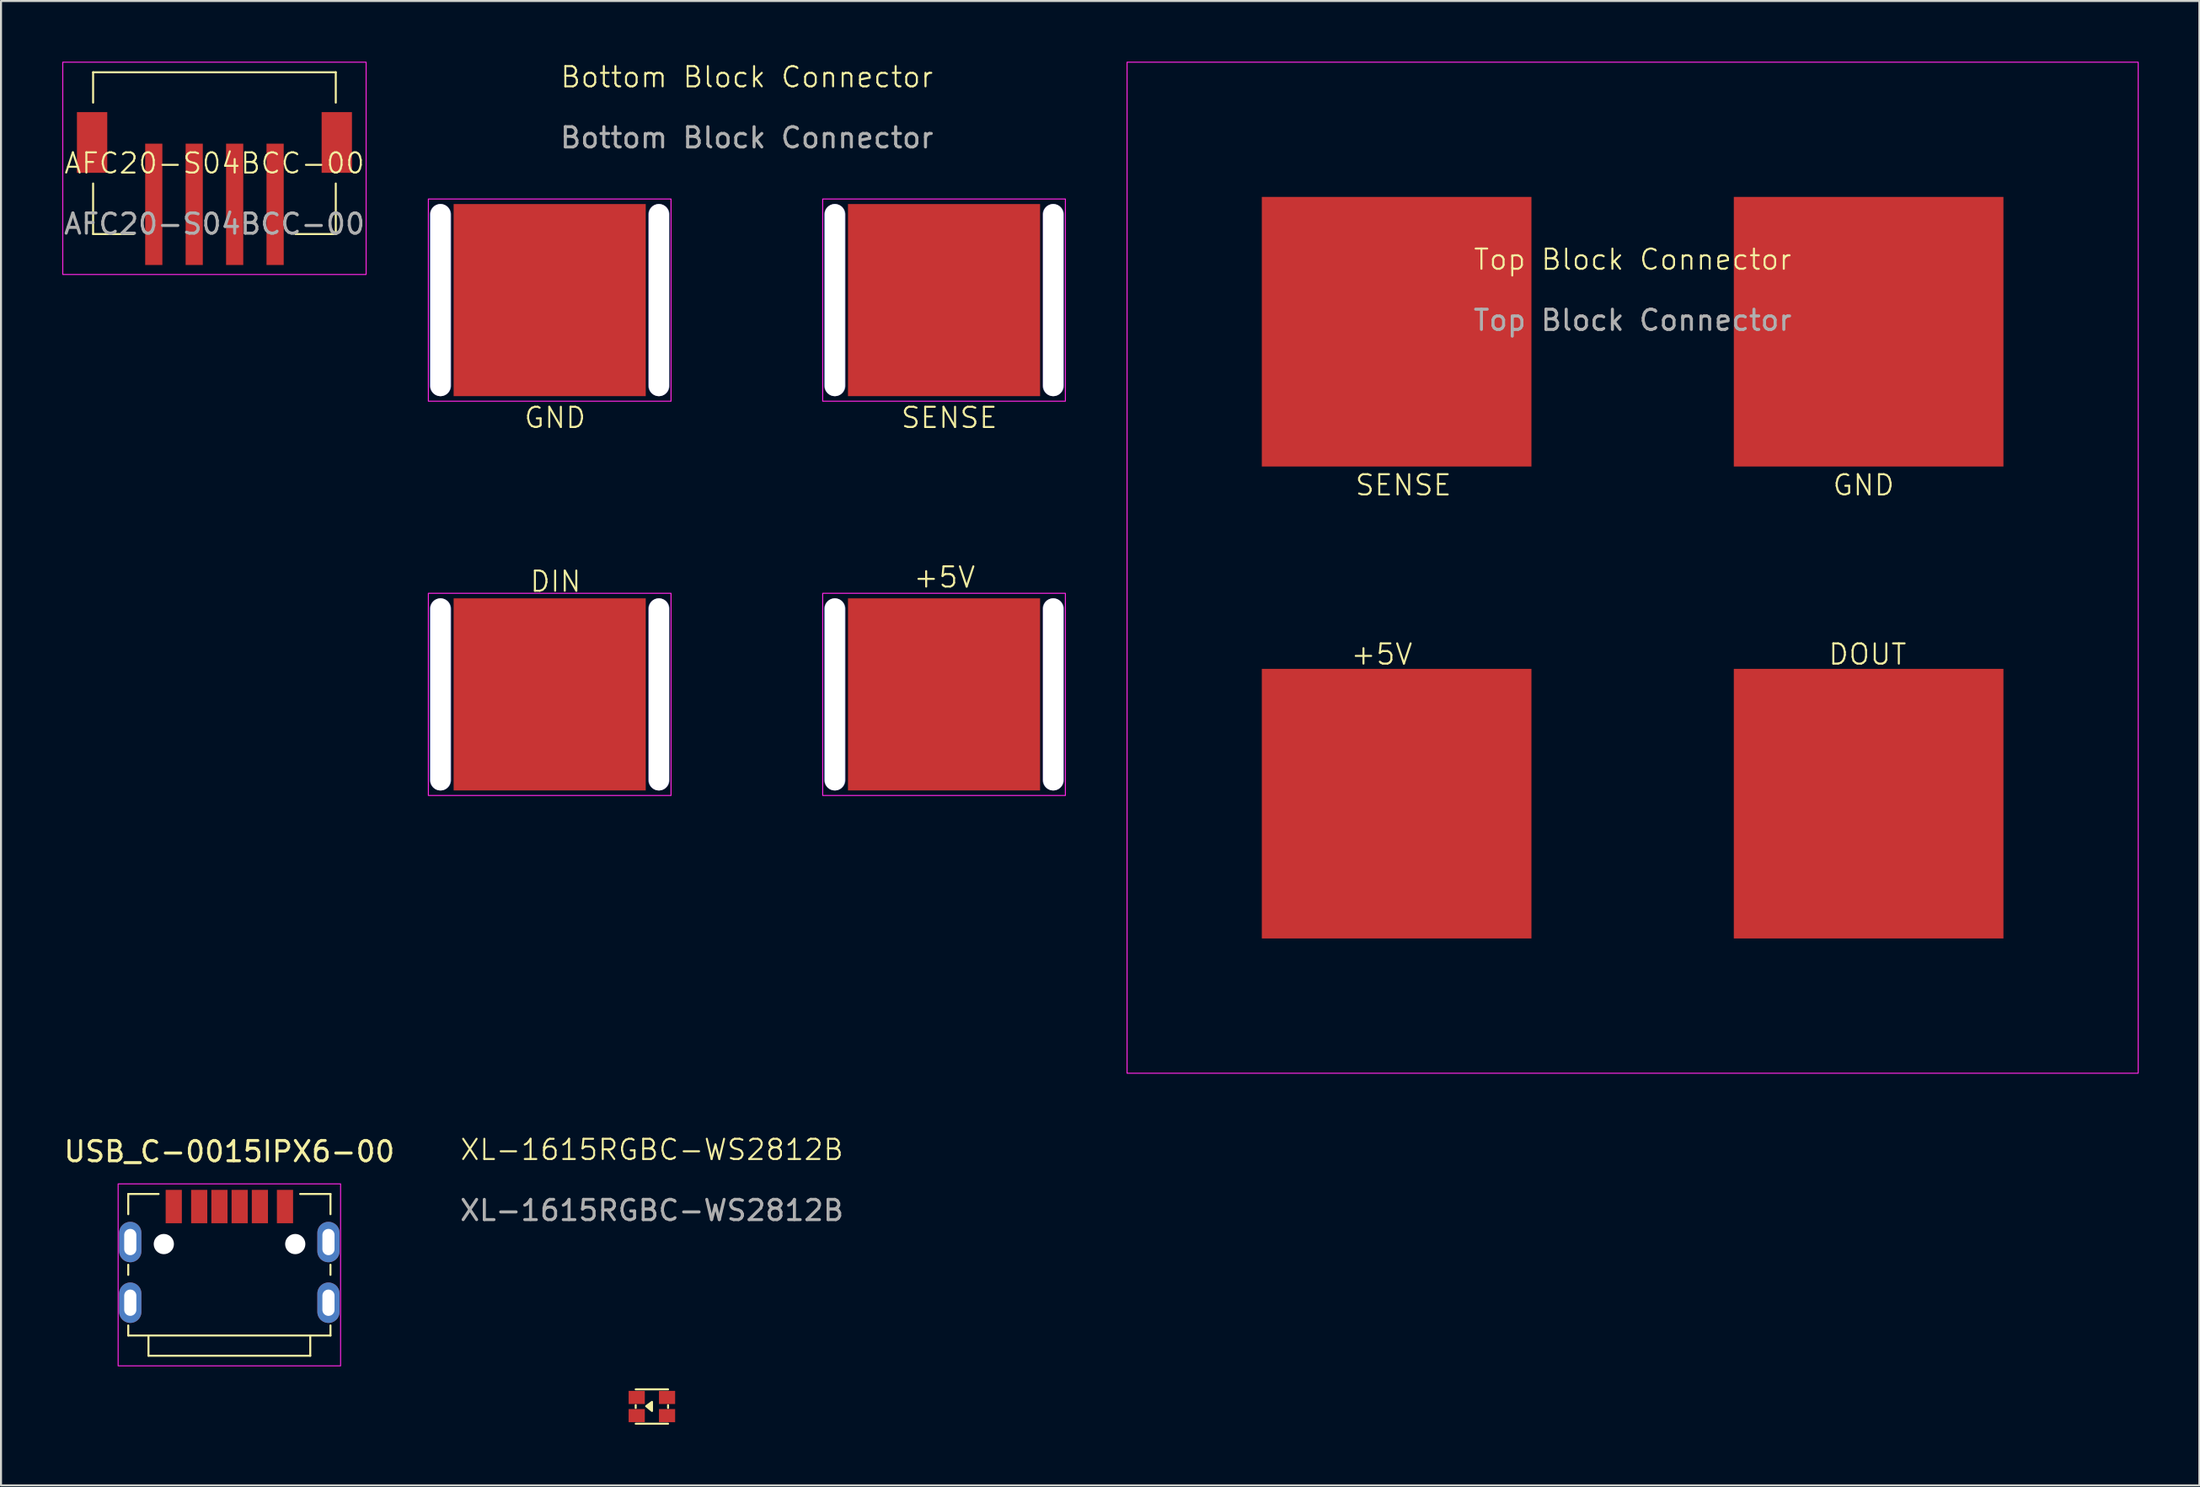
<source format=kicad_pcb>
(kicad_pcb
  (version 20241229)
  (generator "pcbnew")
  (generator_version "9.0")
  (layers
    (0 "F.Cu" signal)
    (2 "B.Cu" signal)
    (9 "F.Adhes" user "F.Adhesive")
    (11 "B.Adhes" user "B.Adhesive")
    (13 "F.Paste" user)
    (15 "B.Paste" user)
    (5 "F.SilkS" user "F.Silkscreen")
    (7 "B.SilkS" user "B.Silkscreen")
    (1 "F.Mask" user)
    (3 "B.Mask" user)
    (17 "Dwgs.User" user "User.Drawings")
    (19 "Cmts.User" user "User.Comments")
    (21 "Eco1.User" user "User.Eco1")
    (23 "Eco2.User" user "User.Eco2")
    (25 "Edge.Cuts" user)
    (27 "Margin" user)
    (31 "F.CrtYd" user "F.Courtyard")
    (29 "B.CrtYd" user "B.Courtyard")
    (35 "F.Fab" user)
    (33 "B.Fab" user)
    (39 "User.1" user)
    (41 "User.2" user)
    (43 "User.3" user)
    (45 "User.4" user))
  (footprint "Bottom Block Connector"
    (layer "F.Cu")
    (at 33.882 21.541)
    (property "Reference" "Bottom Block Connector" (at 0 -20.78 0) (unlocked yes) (layer "F.SilkS") (effects (font (size 1 1) (thickness 0.1))))
    (attr smd)
    (fp_rect (start -15.75 -14.75) (end -3.75 -4.75) (stroke (width 0.05) (type default)) (fill no) (layer "F.CrtYd"))
    (fp_rect (start -15.75 4.75) (end -3.75 14.75) (stroke (width 0.05) (type default)) (fill no) (layer "F.CrtYd"))
    (fp_rect (start 3.75 -14.75) (end 15.75 -4.75) (stroke (width 0.05) (type default)) (fill no) (layer "F.CrtYd"))
    (fp_rect (start 3.75 4.75) (end 15.75 14.75) (stroke (width 0.05) (type default)) (fill no) (layer "F.CrtYd"))
    (fp_text user "+5V" (at 8.182 4.545 0) (unlocked yes) (layer "F.SilkS") (effects (font (size 1 1) (thickness 0.1)) (justify left bottom)))
    (fp_text user "SENSE" (at 7.562 -3.347 0) (unlocked yes) (layer "F.SilkS") (effects (font (size 1 1) (thickness 0.1)) (justify left bottom)))
    (fp_text user "DIN" (at -10.785 4.752 0) (unlocked yes) (layer "F.SilkS") (effects (font (size 1 1) (thickness 0.1)) (justify left bottom)))
    (fp_text user "GND" (at -11.074 -3.347 0) (unlocked yes) (layer "F.SilkS") (effects (font (size 1 1) (thickness 0.1)) (justify left bottom)))
    (fp_text user "${REFERENCE}" (at 0 -17.78 0) (unlocked yes) (layer "F.Fab") (effects (font (size 1 1) (thickness 0.15))))
    (pad "1" smd rect (at -9.75 -9.75) (size 9.5 9.5) (layers "F.Cu" "F.Mask" "F.Paste"))
    (pad "2" smd rect (at 9.75 -9.75) (size 9.5 9.5) (layers "F.Cu" "F.Mask" "F.Paste"))
    (pad "3" smd rect (at -9.75 9.75) (size 9.5 9.5) (layers "F.Cu" "F.Mask" "F.Paste"))
    (pad "4" smd rect (at 9.75 9.75) (size 9.5 9.5) (layers "F.Cu" "F.Mask" "F.Paste"))
    (pad "5" thru_hole oval (at -15.15 -9.75) (size 1.05 9.5) (drill oval 1 9.75) (layers "*.Cu" "*.Mask"))
    (pad "5" thru_hole oval (at -15.15 9.75) (size 1.05 9.5) (drill oval 1 9.75) (layers "*.Cu" "*.Mask"))
    (pad "5" thru_hole oval (at -4.35 -9.75) (size 1.05 9.5) (drill oval 1 9.75) (layers "*.Cu" "*.Mask"))
    (pad "5" thru_hole oval (at -4.35 9.75) (size 1.05 9.5) (drill oval 1 9.75) (layers "*.Cu" "*.Mask"))
    (pad "5" thru_hole oval (at 4.35 -9.75) (size 1.05 9.5) (drill oval 1 9.75) (layers "*.Cu" "*.Mask"))
    (pad "5" thru_hole oval (at 4.35 9.75) (size 1.05 9.5) (drill oval 1 9.75) (layers "*.Cu" "*.Mask"))
    (pad "5" thru_hole oval (at 15.15 -9.75) (size 1.05 9.5) (drill oval 1 9.75) (layers "*.Cu" "*.Mask"))
    (pad "5" thru_hole oval (at 15.15 9.75) (size 1.05 9.5) (drill oval 1 9.75) (layers "*.Cu" "*.Mask")))
  (footprint "USB_C-0015IPX6-00"
    (layer "F.Cu")
    (at 8.292 58.998)
    (property "Reference" "USB_C-0015IPX6-00" (at 0 -5.1 0) (unlocked yes) (layer "F.SilkS") (effects (font (size 1 1) (thickness 0.15))))
    (attr smd)
    (fp_line (start -5 -3) (end -5 -2) (stroke (width 0.1) (type default)) (layer "F.SilkS"))
    (fp_line (start -5 0.5) (end -5 1) (stroke (width 0.1) (type default)) (layer "F.SilkS"))
    (fp_line (start -5 3.5) (end -5 4) (stroke (width 0.1) (type default)) (layer "F.SilkS"))
    (fp_line (start -5 4) (end 5 4) (stroke (width 0.1) (type default)) (layer "F.SilkS"))
    (fp_line (start -4 4) (end -4 5) (stroke (width 0.1) (type default)) (layer "F.SilkS"))
    (fp_line (start -4 5) (end 4 5) (stroke (width 0.1) (type default)) (layer "F.SilkS"))
    (fp_line (start -3.5 -3) (end -5 -3) (stroke (width 0.1) (type default)) (layer "F.SilkS"))
    (fp_line (start 4 5) (end 4 4) (stroke (width 0.1) (type default)) (layer "F.SilkS"))
    (fp_line (start 5 -3) (end 3.5 -3) (stroke (width 0.1) (type default)) (layer "F.SilkS"))
    (fp_line (start 5 -2) (end 5 -3) (stroke (width 0.1) (type default)) (layer "F.SilkS"))
    (fp_line (start 5 1) (end 5 0.5) (stroke (width 0.1) (type default)) (layer "F.SilkS"))
    (fp_line (start 5 4) (end 5 3.5) (stroke (width 0.1) (type default)) (layer "F.SilkS"))
    (fp_rect (start -5.5 -3.5) (end 5.5 5.5) (stroke (width 0.05) (type default)) (fill no) (layer "F.CrtYd"))
    (pad "" np_thru_hole circle (at -3.241 -0.523 90) (size 1 1) (drill 1.05) (layers "*.Cu"))
    (pad "" np_thru_hole circle (at 3.258 -0.523 90) (size 1 1) (drill 1.05) (layers "*.Cu"))
    (pad "7" thru_hole oval (at -4.9 -0.623) (size 1.1 2) (drill oval 0.6 1.3) (layers "*.Cu" "*.Mask"))
    (pad "7" thru_hole oval (at -4.9 2.377) (size 1.1 2) (drill oval 0.6 1.3) (layers "*.Cu" "*.Mask"))
    (pad "7" thru_hole oval (at 4.9 -0.623) (size 1.1 2) (drill oval 0.6 1.3) (layers "*.Cu" "*.Mask"))
    (pad "7" thru_hole oval (at 4.9 2.378) (size 1.1 2) (drill oval 0.6 1.3) (layers "*.Cu" "*.Mask"))
    (pad "A5" smd rect (at -0.491 -2.378 90) (size 1.65 0.8) (layers "F.Cu" "F.Mask" "F.Paste"))
    (pad "A9" smd rect (at 1.509 -2.378 90) (size 1.65 0.8) (layers "F.Cu" "F.Mask" "F.Paste"))
    (pad "A12" smd rect (at 2.75 -2.378 90) (size 1.65 0.8) (layers "F.Cu" "F.Mask" "F.Paste"))
    (pad "B5" smd rect (at 0.509 -2.378 90) (size 1.65 0.8) (layers "F.Cu" "F.Mask" "F.Paste"))
    (pad "B9" smd rect (at -1.491 -2.378 90) (size 1.65 0.8) (layers "F.Cu" "F.Mask" "F.Paste"))
    (pad "B12" smd rect (at -2.75 -2.378 90) (size 1.65 0.8) (layers "F.Cu" "F.Mask" "F.Paste")))
  (footprint "Top Block Connector"
    (layer "F.Cu")
    (at 77.682 25.025)
    (property "Reference" "Top Block Connector" (at 0 -15.24 0) (unlocked yes) (layer "F.SilkS") (effects (font (size 1 1) (thickness 0.1))))
    (attr through_hole)
    (fp_rect (start -25 -25) (end 25 25) (stroke (width 0.05) (type default)) (fill no) (layer "F.CrtYd"))
    (fp_text user "DOUT" (at 9.621 4.87 0) (unlocked yes) (layer "F.SilkS") (effects (font (size 1 1) (thickness 0.1)) (justify left bottom)))
    (fp_text user "GND" (at 9.833 -3.496 0) (unlocked yes) (layer "F.SilkS") (effects (font (size 1 1) (thickness 0.1)) (justify left bottom)))
    (fp_text user "+5V" (at -13.995 4.87 0) (unlocked yes) (layer "F.SilkS") (effects (font (size 1 1) (thickness 0.1)) (justify left bottom)))
    (fp_text user "SENSE" (at -13.783 -3.496 0) (unlocked yes) (layer "F.SilkS") (effects (font (size 1 1) (thickness 0.1)) (justify left bottom)))
    (fp_text user "${REFERENCE}" (at 0 -12.24 0) (unlocked yes) (layer "F.Fab") (effects (font (size 1 1) (thickness 0.15))))
    (pad "1" smd rect (at 11.67 -11.67) (size 13.333 13.333) (layers "F.Cu" "F.Mask" "F.Paste"))
    (pad "2" smd rect (at -11.67 -11.67) (size 13.333 13.333) (layers "F.Cu" "F.Mask" "F.Paste"))
    (pad "3" smd rect (at 11.67 11.67) (size 13.333 13.333) (layers "F.Cu" "F.Mask" "F.Paste"))
    (pad "4" smd rect (at -11.67 11.67) (size 13.333 13.333) (layers "F.Cu" "F.Mask" "F.Paste")))
  (footprint "XL-1615RGBC-WS2812B"
    (layer "F.Cu")
    (at 29.185 66.51)
    (property "Reference" "XL-1615RGBC-WS2812B" (at 0 -12.7 0) (unlocked yes) (layer "F.SilkS") (effects (font (size 1 1) (thickness 0.1))))
    (attr smd)
    (fp_line (start -0.8 -0.85) (end 0.8 -0.85) (stroke (width 0.1) (type default)) (layer "F.SilkS"))
    (fp_line (start -0.8 -0.07) (end -0.8 0.07) (stroke (width 0.1) (type default)) (layer "F.SilkS"))
    (fp_line (start -0.8 0.85) (end 0.8 0.85) (stroke (width 0.1) (type default)) (layer "F.SilkS"))
    (fp_line (start 0.8 -0.07) (end 0.8 0.07) (stroke (width 0.1) (type default)) (layer "F.SilkS"))
    (fp_poly (pts (xy -0.283 -0.018) (xy 0.006 -0.23) (xy 0.006 0.218)) (stroke (width 0.1) (type solid)) (fill yes) (layer "F.SilkS"))
    (fp_text user "${REFERENCE}" (at 0 -9.7 0) (unlocked yes) (layer "F.Fab") (effects (font (size 1 1) (thickness 0.15))))
    (pad "1" smd rect (at -0.75 -0.45) (size 0.8 0.65) (layers "F.Cu" "F.Mask" "F.Paste"))
    (pad "2" smd rect (at 0.75 -0.45) (size 0.8 0.65) (layers "F.Cu" "F.Mask" "F.Paste"))
    (pad "3" smd rect (at -0.75 0.45) (size 0.8 0.65) (layers "F.Cu" "F.Mask" "F.Paste"))
    (pad "4" smd rect (at 0.75 0.45) (size 0.8 0.65) (layers "F.Cu" "F.Mask" "F.Paste")))
  (footprint "AFC20-S04BCC-00"
    (layer "F.Cu")
    (at 7.554 5.525)
    (property "Reference" "AFC20-S04BCC-00" (at 0 -0.5 0) (unlocked yes) (layer "F.SilkS") (effects (font (size 1 1) (thickness 0.1))))
    (attr smd)
    (fp_line (start -6 -5) (end 6 -5) (stroke (width 0.1) (type default)) (layer "F.SilkS"))
    (fp_line (start -6 -3.5) (end -6 -5) (stroke (width 0.1) (type default)) (layer "F.SilkS"))
    (fp_line (start -6 3) (end -6 0.5) (stroke (width 0.1) (type default)) (layer "F.SilkS"))
    (fp_line (start -4 3) (end -6 3) (stroke (width 0.1) (type default)) (layer "F.SilkS"))
    (fp_line (start 6 -5) (end 6 -3.5) (stroke (width 0.1) (type default)) (layer "F.SilkS"))
    (fp_line (start 6 0.5) (end 6 3) (stroke (width 0.1) (type default)) (layer "F.SilkS"))
    (fp_line (start 6 3) (end 4 3) (stroke (width 0.1) (type default)) (layer "F.SilkS"))
    (fp_rect (start -7.5 -5.5) (end 7.5 5) (stroke (width 0.05) (type default)) (fill no) (layer "F.CrtYd"))
    (fp_text user "${REFERENCE}" (at 0 2.5 0) (unlocked yes) (layer "F.Fab") (effects (font (size 1 1) (thickness 0.15))))
    (pad "1" smd rect (at -3 1.53) (size 0.85 6) (layers "F.Cu" "F.Mask" "F.Paste"))
    (pad "2" smd rect (at -1 1.53) (size 0.85 6) (layers "F.Cu" "F.Mask" "F.Paste"))
    (pad "3" smd rect (at 1 1.53) (size 0.85 6) (layers "F.Cu" "F.Mask" "F.Paste"))
    (pad "4" smd rect (at 3 1.53) (size 0.85 6) (layers "F.Cu" "F.Mask" "F.Paste"))
    (pad "6" smd rect (at -6.05 -1.53) (size 1.5 3) (layers "F.Cu" "F.Mask" "F.Paste"))
    (pad "6" smd rect (at 6.05 -1.53) (size 1.5 3) (layers "F.Cu" "F.Mask" "F.Paste")))
  (gr_rect
    (start -3 -3)
    (end 105.707 70.41)
    (stroke (width 0.1) (type default))
    (fill no)
    (layer "Edge.Cuts")))
</source>
